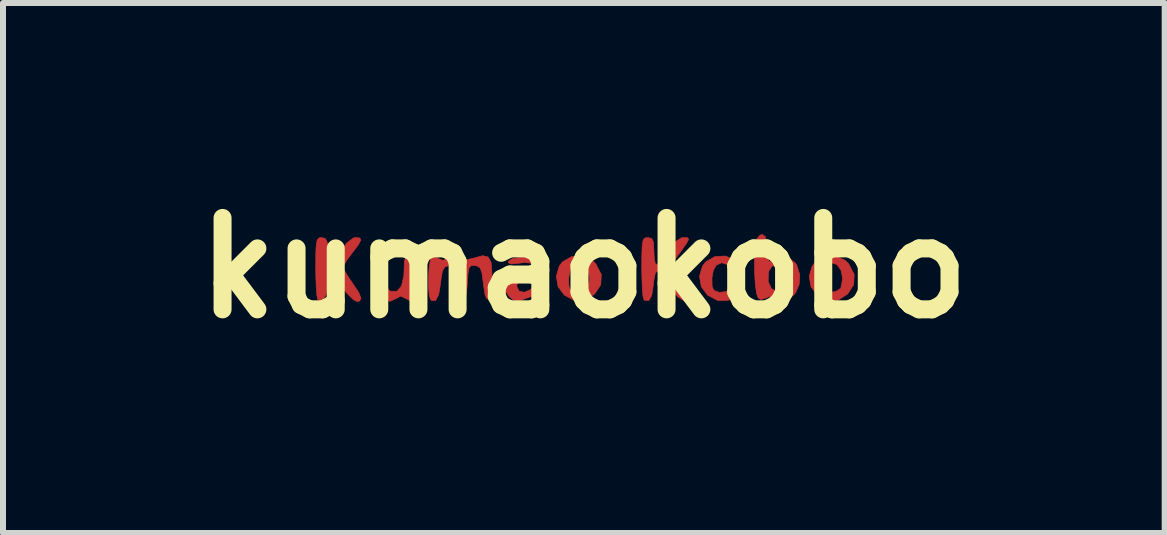
<source format=kicad_pcb>
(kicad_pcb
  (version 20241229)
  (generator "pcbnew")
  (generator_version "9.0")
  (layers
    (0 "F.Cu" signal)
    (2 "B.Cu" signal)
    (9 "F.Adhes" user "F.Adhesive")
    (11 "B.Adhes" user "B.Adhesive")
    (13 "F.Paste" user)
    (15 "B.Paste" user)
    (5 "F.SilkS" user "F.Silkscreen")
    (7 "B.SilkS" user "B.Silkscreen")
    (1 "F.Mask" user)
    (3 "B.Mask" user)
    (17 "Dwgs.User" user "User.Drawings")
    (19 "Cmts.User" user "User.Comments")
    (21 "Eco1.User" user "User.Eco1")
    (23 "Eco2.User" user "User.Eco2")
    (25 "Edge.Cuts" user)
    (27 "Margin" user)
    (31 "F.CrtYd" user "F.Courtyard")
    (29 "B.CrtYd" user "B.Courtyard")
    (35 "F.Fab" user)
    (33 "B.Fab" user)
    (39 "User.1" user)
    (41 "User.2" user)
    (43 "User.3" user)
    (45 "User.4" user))
  (footprint "kumaokobo"
    (layer "F.Cu")
    (at 6.684 1.418)
    (property "Reference" "kumaokobo" (at 0 0 0) (layer "F.SilkS") (effects (font (size 1.524 1.524) (thickness 0.3))))
    (attr smd)
    (fp_poly (pts (xy 0.136 -0.131) (xy 0.2 -0.069) (xy 0.291 0.109) (xy 0.282 0.281) (xy 0.18 0.434) (xy 0.018 0.539) (xy -0.154 0.543) (xy -0.323 0.454) (xy -0.43 0.312) (xy -0.453 0.172) (xy -0.253 0.172) (xy -0.249 0.302) (xy -0.22 0.373) (xy -0.13 0.407) (xy -0.017 0.393) (xy 0.064 0.34) (xy 0.071 0.326) (xy 0.098 0.173) (xy 0.072 0.039) (xy 0.005 -0.055) (xy -0.088 -0.088) (xy -0.181 -0.048) (xy -0.228 0.039) (xy -0.253 0.172) (xy -0.453 0.172) (xy -0.459 0.138) (xy -0.41 -0.031) (xy -0.356 -0.102) (xy -0.202 -0.191) (xy -0.026 -0.2) (xy 0.136 -0.131)) (stroke (width 0.01) (type solid)) (fill yes) (layer "F.Cu"))
    (fp_poly (pts (xy 2.524 -0.131) (xy 2.587 -0.069) (xy 2.679 0.109) (xy 2.67 0.281) (xy 2.568 0.434) (xy 2.406 0.539) (xy 2.234 0.543) (xy 2.064 0.454) (xy 1.958 0.312) (xy 1.934 0.172) (xy 2.135 0.172) (xy 2.139 0.302) (xy 2.167 0.373) (xy 2.258 0.407) (xy 2.371 0.393) (xy 2.451 0.34) (xy 2.458 0.326) (xy 2.486 0.173) (xy 2.459 0.039) (xy 2.393 -0.055) (xy 2.3 -0.088) (xy 2.207 -0.048) (xy 2.159 0.039) (xy 2.135 0.172) (xy 1.934 0.172) (xy 1.928 0.138) (xy 1.978 -0.031) (xy 2.032 -0.102) (xy 2.185 -0.191) (xy 2.362 -0.2) (xy 2.524 -0.131)) (stroke (width 0.01) (type solid)) (fill yes) (layer "F.Cu"))
    (fp_poly (pts (xy 4.352 -0.131) (xy 4.416 -0.069) (xy 4.508 0.109) (xy 4.498 0.281) (xy 4.397 0.434) (xy 4.235 0.539) (xy 4.063 0.543) (xy 3.893 0.454) (xy 3.787 0.312) (xy 3.763 0.172) (xy 3.964 0.172) (xy 3.968 0.302) (xy 3.996 0.373) (xy 4.087 0.407) (xy 4.2 0.393) (xy 4.28 0.34) (xy 4.287 0.326) (xy 4.315 0.173) (xy 4.288 0.039) (xy 4.221 -0.055) (xy 4.129 -0.088) (xy 4.035 -0.048) (xy 3.988 0.039) (xy 3.964 0.172) (xy 3.763 0.172) (xy 3.757 0.138) (xy 3.807 -0.031) (xy 3.861 -0.102) (xy 4.014 -0.191) (xy 4.19 -0.2) (xy 4.352 -0.131)) (stroke (width 0.01) (type solid)) (fill yes) (layer "F.Cu"))
    (fp_poly (pts (xy -2.908 -0.194) (xy -2.857 -0.164) (xy -2.826 -0.086) (xy -2.809 0.064) (xy -2.804 0.148) (xy -2.805 0.376) (xy -2.836 0.509) (xy -2.897 0.547) (xy -2.972 0.508) (xy -3.054 0.468) (xy -3.111 0.5) (xy -3.229 0.555) (xy -3.363 0.525) (xy -3.428 0.477) (xy -3.478 0.377) (xy -3.501 0.229) (xy -3.498 0.066) (xy -3.472 -0.08) (xy -3.423 -0.175) (xy -3.391 -0.194) (xy -3.34 -0.19) (xy -3.313 -0.137) (xy -3.303 -0.016) (xy -3.302 0.074) (xy -3.293 0.257) (xy -3.262 0.358) (xy -3.225 0.388) (xy -3.116 0.388) (xy -3.039 0.298) (xy -3.001 0.128) (xy -2.997 0.041) (xy -2.992 -0.11) (xy -2.97 -0.181) (xy -2.923 -0.196) (xy -2.908 -0.194)) (stroke (width 0.01) (type solid)) (fill yes) (layer "F.Cu"))
    (fp_poly (pts (xy -3.734 -0.5) (xy -3.718 -0.464) (xy -3.761 -0.385) (xy -3.861 -0.254) (xy -3.95 -0.132) (xy -4.005 -0.039) (xy -4.013 -0.013) (xy -3.985 0.053) (xy -3.915 0.168) (xy -3.861 0.246) (xy -3.753 0.408) (xy -3.714 0.506) (xy -3.74 0.552) (xy -3.785 0.559) (xy -3.852 0.52) (xy -3.952 0.419) (xy -4.051 0.293) (xy -4.242 0.027) (xy -4.267 0.276) (xy -4.3 0.453) (xy -4.352 0.543) (xy -4.419 0.54) (xy -4.435 0.526) (xy -4.45 0.463) (xy -4.462 0.323) (xy -4.469 0.128) (xy -4.47 -0.008) (xy -4.469 -0.238) (xy -4.462 -0.384) (xy -4.446 -0.465) (xy -4.417 -0.5) (xy -4.372 -0.508) (xy -4.309 -0.491) (xy -4.275 -0.422) (xy -4.258 -0.278) (xy -4.257 -0.267) (xy -4.242 -0.025) (xy -4.074 -0.267) (xy -3.951 -0.418) (xy -3.846 -0.499) (xy -3.808 -0.508) (xy -3.734 -0.5)) (stroke (width 0.01) (type solid)) (fill yes) (layer "F.Cu"))
    (fp_poly (pts (xy -0.831 -0.17) (xy -0.741 -0.138) (xy -0.685 -0.069) (xy -0.675 -0.051) (xy -0.634 0.078) (xy -0.614 0.238) (xy -0.616 0.392) (xy -0.64 0.504) (xy -0.663 0.535) (xy -0.742 0.535) (xy -0.786 0.509) (xy -0.88 0.477) (xy -0.959 0.504) (xy -1.085 0.554) (xy -1.18 0.531) (xy -1.241 0.479) (xy -1.306 0.387) (xy -1.321 0.334) (xy -1.307 0.305) (xy -1.118 0.305) (xy -1.08 0.385) (xy -0.993 0.406) (xy -0.891 0.361) (xy -0.874 0.345) (xy -0.817 0.262) (xy -0.853 0.216) (xy -0.965 0.203) (xy -1.077 0.219) (xy -1.116 0.279) (xy -1.118 0.305) (xy -1.307 0.305) (xy -1.275 0.235) (xy -1.157 0.144) (xy -0.994 0.081) (xy -0.981 0.078) (xy -0.869 0.039) (xy -0.844 -0.019) (xy -0.849 -0.034) (xy -0.895 -0.083) (xy -0.996 -0.091) (xy -1.079 -0.08) (xy -1.21 -0.067) (xy -1.259 -0.087) (xy -1.258 -0.113) (xy -1.193 -0.156) (xy -1.043 -0.177) (xy -0.988 -0.178) (xy -0.831 -0.17)) (stroke (width 0.01) (type solid)) (fill yes) (layer "F.Cu"))
    (fp_poly (pts (xy 1.13 -0.493) (xy 1.16 -0.431) (xy 1.168 -0.296) (xy 1.168 -0.279) (xy 1.176 -0.143) (xy 1.195 -0.062) (xy 1.206 -0.052) (xy 1.254 -0.091) (xy 1.334 -0.191) (xy 1.397 -0.28) (xy 1.519 -0.434) (xy 1.626 -0.502) (xy 1.668 -0.508) (xy 1.73 -0.504) (xy 1.746 -0.478) (xy 1.713 -0.412) (xy 1.625 -0.288) (xy 1.6 -0.254) (xy 1.414 0) (xy 1.602 0.256) (xy 1.696 0.393) (xy 1.753 0.497) (xy 1.763 0.54) (xy 1.685 0.554) (xy 1.578 0.49) (xy 1.46 0.359) (xy 1.405 0.28) (xy 1.317 0.152) (xy 1.245 0.068) (xy 1.217 0.051) (xy 1.189 0.096) (xy 1.166 0.212) (xy 1.158 0.288) (xy 1.132 0.457) (xy 1.083 0.544) (xy 1.017 0.54) (xy 1 0.526) (xy 0.985 0.463) (xy 0.974 0.323) (xy 0.967 0.128) (xy 0.965 -0.008) (xy 0.967 -0.237) (xy 0.973 -0.383) (xy 0.989 -0.465) (xy 1.018 -0.5) (xy 1.064 -0.508) (xy 1.067 -0.508) (xy 1.13 -0.493)) (stroke (width 0.01) (type solid)) (fill yes) (layer "F.Cu"))
    (fp_poly (pts (xy 3.025 -0.522) (xy 3.046 -0.402) (xy 3.048 -0.33) (xy 3.058 -0.172) (xy 3.092 -0.108) (xy 3.155 -0.13) (xy 3.184 -0.157) (xy 3.29 -0.199) (xy 3.416 -0.171) (xy 3.526 -0.083) (xy 3.549 -0.048) (xy 3.601 0.115) (xy 3.589 0.277) (xy 3.528 0.418) (xy 3.43 0.516) (xy 3.308 0.552) (xy 3.193 0.515) (xy 3.083 0.479) (xy 3.028 0.504) (xy 2.947 0.526) (xy 2.905 0.497) (xy 2.879 0.422) (xy 2.859 0.275) (xy 2.856 0.228) (xy 3.073 0.228) (xy 3.128 0.344) (xy 3.228 0.398) (xy 3.267 0.397) (xy 3.34 0.369) (xy 3.372 0.296) (xy 3.378 0.178) (xy 3.371 0.045) (xy 3.335 -0.017) (xy 3.252 -0.04) (xy 3.245 -0.041) (xy 3.139 -0.032) (xy 3.086 0.047) (xy 3.078 0.074) (xy 3.073 0.228) (xy 2.856 0.228) (xy 2.847 0.086) (xy 2.844 -0.116) (xy 2.849 -0.301) (xy 2.865 -0.439) (xy 2.876 -0.478) (xy 2.939 -0.549) (xy 2.977 -0.559) (xy 3.025 -0.522)) (stroke (width 0.01) (type solid)) (fill yes) (layer "F.Cu"))
    (fp_poly (pts (xy -1.594 -0.183) (xy -1.545 -0.088) (xy -1.532 0.09) (xy -1.534 0.19) (xy -1.552 0.391) (xy -1.581 0.502) (xy -1.615 0.52) (xy -1.648 0.442) (xy -1.675 0.267) (xy -1.676 0.254) (xy -1.697 0.09) (xy -1.728 0.002) (xy -1.782 -0.035) (xy -1.813 -0.041) (xy -1.877 -0.041) (xy -1.912 -0.004) (xy -1.931 0.094) (xy -1.94 0.238) (xy -1.957 0.415) (xy -1.986 0.508) (xy -2.032 0.533) (xy -2.079 0.505) (xy -2.108 0.41) (xy -2.124 0.238) (xy -2.135 0.073) (xy -2.156 -0.014) (xy -2.196 -0.043) (xy -2.251 -0.041) (xy -2.317 -0.017) (xy -2.357 0.047) (xy -2.38 0.178) (xy -2.388 0.25) (xy -2.419 0.44) (xy -2.469 0.539) (xy -2.533 0.544) (xy -2.556 0.526) (xy -2.578 0.454) (xy -2.589 0.318) (xy -2.589 0.153) (xy -2.579 -0.008) (xy -2.56 -0.131) (xy -2.538 -0.179) (xy -2.459 -0.179) (xy -2.415 -0.154) (xy -2.341 -0.125) (xy -2.313 -0.15) (xy -2.239 -0.192) (xy -2.127 -0.201) (xy -2.031 -0.177) (xy -2.009 -0.157) (xy -1.945 -0.139) (xy -1.836 -0.165) (xy -1.688 -0.205) (xy -1.594 -0.183)) (stroke (width 0.01) (type solid)) (fill yes) (layer "F.Cu"))
    (fp_poly (pts (xy 0.136 -0.131) (xy 0.2 -0.069) (xy 0.291 0.109) (xy 0.282 0.281) (xy 0.18 0.434) (xy 0.018 0.539) (xy -0.154 0.543) (xy -0.323 0.454) (xy -0.43 0.312) (xy -0.453 0.172) (xy -0.253 0.172) (xy -0.249 0.302) (xy -0.22 0.373) (xy -0.13 0.407) (xy -0.017 0.393) (xy 0.064 0.34) (xy 0.071 0.326) (xy 0.098 0.173) (xy 0.072 0.039) (xy 0.005 -0.055) (xy -0.088 -0.088) (xy -0.181 -0.048) (xy -0.228 0.039) (xy -0.253 0.172) (xy -0.453 0.172) (xy -0.459 0.138) (xy -0.41 -0.031) (xy -0.356 -0.102) (xy -0.202 -0.191) (xy -0.026 -0.2) (xy 0.136 -0.131)) (stroke (width 0.01) (type solid)) (fill yes) (layer "F.Mask"))
    (fp_poly (pts (xy 2.524 -0.131) (xy 2.587 -0.069) (xy 2.679 0.109) (xy 2.67 0.281) (xy 2.568 0.434) (xy 2.406 0.539) (xy 2.234 0.543) (xy 2.064 0.454) (xy 1.958 0.312) (xy 1.934 0.172) (xy 2.135 0.172) (xy 2.139 0.302) (xy 2.167 0.373) (xy 2.258 0.407) (xy 2.371 0.393) (xy 2.451 0.34) (xy 2.458 0.326) (xy 2.486 0.173) (xy 2.459 0.039) (xy 2.393 -0.055) (xy 2.3 -0.088) (xy 2.207 -0.048) (xy 2.159 0.039) (xy 2.135 0.172) (xy 1.934 0.172) (xy 1.928 0.138) (xy 1.978 -0.031) (xy 2.032 -0.102) (xy 2.185 -0.191) (xy 2.362 -0.2) (xy 2.524 -0.131)) (stroke (width 0.01) (type solid)) (fill yes) (layer "F.Mask"))
    (fp_poly (pts (xy 4.352 -0.131) (xy 4.416 -0.069) (xy 4.508 0.109) (xy 4.498 0.281) (xy 4.397 0.434) (xy 4.235 0.539) (xy 4.063 0.543) (xy 3.893 0.454) (xy 3.787 0.312) (xy 3.763 0.172) (xy 3.964 0.172) (xy 3.968 0.302) (xy 3.996 0.373) (xy 4.087 0.407) (xy 4.2 0.393) (xy 4.28 0.34) (xy 4.287 0.326) (xy 4.315 0.173) (xy 4.288 0.039) (xy 4.221 -0.055) (xy 4.129 -0.088) (xy 4.035 -0.048) (xy 3.988 0.039) (xy 3.964 0.172) (xy 3.763 0.172) (xy 3.757 0.138) (xy 3.807 -0.031) (xy 3.861 -0.102) (xy 4.014 -0.191) (xy 4.19 -0.2) (xy 4.352 -0.131)) (stroke (width 0.01) (type solid)) (fill yes) (layer "F.Mask"))
    (fp_poly (pts (xy -2.908 -0.194) (xy -2.857 -0.164) (xy -2.826 -0.086) (xy -2.809 0.064) (xy -2.804 0.148) (xy -2.805 0.376) (xy -2.836 0.509) (xy -2.897 0.547) (xy -2.972 0.508) (xy -3.054 0.468) (xy -3.111 0.5) (xy -3.229 0.555) (xy -3.363 0.525) (xy -3.428 0.477) (xy -3.478 0.377) (xy -3.501 0.229) (xy -3.498 0.066) (xy -3.472 -0.08) (xy -3.423 -0.175) (xy -3.391 -0.194) (xy -3.34 -0.19) (xy -3.313 -0.137) (xy -3.303 -0.016) (xy -3.302 0.074) (xy -3.293 0.257) (xy -3.262 0.358) (xy -3.225 0.388) (xy -3.116 0.388) (xy -3.039 0.298) (xy -3.001 0.128) (xy -2.997 0.041) (xy -2.992 -0.11) (xy -2.97 -0.181) (xy -2.923 -0.196) (xy -2.908 -0.194)) (stroke (width 0.01) (type solid)) (fill yes) (layer "F.Mask"))
    (fp_poly (pts (xy -3.734 -0.5) (xy -3.718 -0.464) (xy -3.761 -0.385) (xy -3.861 -0.254) (xy -3.95 -0.132) (xy -4.005 -0.039) (xy -4.013 -0.013) (xy -3.985 0.053) (xy -3.915 0.168) (xy -3.861 0.246) (xy -3.753 0.408) (xy -3.714 0.506) (xy -3.74 0.552) (xy -3.785 0.559) (xy -3.852 0.52) (xy -3.952 0.419) (xy -4.051 0.293) (xy -4.242 0.027) (xy -4.267 0.276) (xy -4.3 0.453) (xy -4.352 0.543) (xy -4.419 0.54) (xy -4.435 0.526) (xy -4.45 0.463) (xy -4.462 0.323) (xy -4.469 0.128) (xy -4.47 -0.008) (xy -4.469 -0.238) (xy -4.462 -0.384) (xy -4.446 -0.465) (xy -4.417 -0.5) (xy -4.372 -0.508) (xy -4.309 -0.491) (xy -4.275 -0.422) (xy -4.258 -0.278) (xy -4.257 -0.267) (xy -4.242 -0.025) (xy -4.074 -0.267) (xy -3.951 -0.418) (xy -3.846 -0.499) (xy -3.808 -0.508) (xy -3.734 -0.5)) (stroke (width 0.01) (type solid)) (fill yes) (layer "F.Mask"))
    (fp_poly (pts (xy -0.831 -0.17) (xy -0.741 -0.138) (xy -0.685 -0.069) (xy -0.675 -0.051) (xy -0.634 0.078) (xy -0.614 0.238) (xy -0.616 0.392) (xy -0.64 0.504) (xy -0.663 0.535) (xy -0.742 0.535) (xy -0.786 0.509) (xy -0.88 0.477) (xy -0.959 0.504) (xy -1.085 0.554) (xy -1.18 0.531) (xy -1.241 0.479) (xy -1.306 0.387) (xy -1.321 0.334) (xy -1.307 0.305) (xy -1.118 0.305) (xy -1.08 0.385) (xy -0.993 0.406) (xy -0.891 0.361) (xy -0.874 0.345) (xy -0.817 0.262) (xy -0.853 0.216) (xy -0.965 0.203) (xy -1.077 0.219) (xy -1.116 0.279) (xy -1.118 0.305) (xy -1.307 0.305) (xy -1.275 0.235) (xy -1.157 0.144) (xy -0.994 0.081) (xy -0.981 0.078) (xy -0.869 0.039) (xy -0.844 -0.019) (xy -0.849 -0.034) (xy -0.895 -0.083) (xy -0.996 -0.091) (xy -1.079 -0.08) (xy -1.21 -0.067) (xy -1.259 -0.087) (xy -1.258 -0.113) (xy -1.193 -0.156) (xy -1.043 -0.177) (xy -0.988 -0.178) (xy -0.831 -0.17)) (stroke (width 0.01) (type solid)) (fill yes) (layer "F.Mask"))
    (fp_poly (pts (xy 1.13 -0.493) (xy 1.16 -0.431) (xy 1.168 -0.296) (xy 1.168 -0.279) (xy 1.176 -0.143) (xy 1.195 -0.062) (xy 1.206 -0.052) (xy 1.254 -0.091) (xy 1.334 -0.191) (xy 1.397 -0.28) (xy 1.519 -0.434) (xy 1.626 -0.502) (xy 1.668 -0.508) (xy 1.73 -0.504) (xy 1.746 -0.478) (xy 1.713 -0.412) (xy 1.625 -0.288) (xy 1.6 -0.254) (xy 1.414 0) (xy 1.602 0.256) (xy 1.696 0.393) (xy 1.753 0.497) (xy 1.763 0.54) (xy 1.685 0.554) (xy 1.578 0.49) (xy 1.46 0.359) (xy 1.405 0.28) (xy 1.317 0.152) (xy 1.245 0.068) (xy 1.217 0.051) (xy 1.189 0.096) (xy 1.166 0.212) (xy 1.158 0.288) (xy 1.132 0.457) (xy 1.083 0.544) (xy 1.017 0.54) (xy 1 0.526) (xy 0.985 0.463) (xy 0.974 0.323) (xy 0.967 0.128) (xy 0.965 -0.008) (xy 0.967 -0.237) (xy 0.973 -0.383) (xy 0.989 -0.465) (xy 1.018 -0.5) (xy 1.064 -0.508) (xy 1.067 -0.508) (xy 1.13 -0.493)) (stroke (width 0.01) (type solid)) (fill yes) (layer "F.Mask"))
    (fp_poly (pts (xy 3.025 -0.522) (xy 3.046 -0.402) (xy 3.048 -0.33) (xy 3.058 -0.172) (xy 3.092 -0.108) (xy 3.155 -0.13) (xy 3.184 -0.157) (xy 3.29 -0.199) (xy 3.416 -0.171) (xy 3.526 -0.083) (xy 3.549 -0.048) (xy 3.601 0.115) (xy 3.589 0.277) (xy 3.528 0.418) (xy 3.43 0.516) (xy 3.308 0.552) (xy 3.193 0.515) (xy 3.083 0.479) (xy 3.028 0.504) (xy 2.947 0.526) (xy 2.905 0.497) (xy 2.879 0.422) (xy 2.859 0.275) (xy 2.856 0.228) (xy 3.073 0.228) (xy 3.128 0.344) (xy 3.228 0.398) (xy 3.267 0.397) (xy 3.34 0.369) (xy 3.372 0.296) (xy 3.378 0.178) (xy 3.371 0.045) (xy 3.335 -0.017) (xy 3.252 -0.04) (xy 3.245 -0.041) (xy 3.139 -0.032) (xy 3.086 0.047) (xy 3.078 0.074) (xy 3.073 0.228) (xy 2.856 0.228) (xy 2.847 0.086) (xy 2.844 -0.116) (xy 2.849 -0.301) (xy 2.865 -0.439) (xy 2.876 -0.478) (xy 2.939 -0.549) (xy 2.977 -0.559) (xy 3.025 -0.522)) (stroke (width 0.01) (type solid)) (fill yes) (layer "F.Mask"))
    (fp_poly (pts (xy -1.594 -0.183) (xy -1.545 -0.088) (xy -1.532 0.09) (xy -1.534 0.19) (xy -1.552 0.391) (xy -1.581 0.502) (xy -1.615 0.52) (xy -1.648 0.442) (xy -1.675 0.267) (xy -1.676 0.254) (xy -1.697 0.09) (xy -1.728 0.002) (xy -1.782 -0.035) (xy -1.813 -0.041) (xy -1.877 -0.041) (xy -1.912 -0.004) (xy -1.931 0.094) (xy -1.94 0.238) (xy -1.957 0.415) (xy -1.986 0.508) (xy -2.032 0.533) (xy -2.079 0.505) (xy -2.108 0.41) (xy -2.124 0.238) (xy -2.135 0.073) (xy -2.156 -0.014) (xy -2.196 -0.043) (xy -2.251 -0.041) (xy -2.317 -0.017) (xy -2.357 0.047) (xy -2.38 0.178) (xy -2.388 0.25) (xy -2.419 0.44) (xy -2.469 0.539) (xy -2.533 0.544) (xy -2.556 0.526) (xy -2.578 0.454) (xy -2.589 0.318) (xy -2.589 0.153) (xy -2.579 -0.008) (xy -2.56 -0.131) (xy -2.538 -0.179) (xy -2.459 -0.179) (xy -2.415 -0.154) (xy -2.341 -0.125) (xy -2.313 -0.15) (xy -2.239 -0.192) (xy -2.127 -0.201) (xy -2.031 -0.177) (xy -2.009 -0.157) (xy -1.945 -0.139) (xy -1.836 -0.165) (xy -1.688 -0.205) (xy -1.594 -0.183)) (stroke (width 0.01) (type solid)) (fill yes) (layer "F.Mask"))
    (fp_poly (pts (xy 0.136 -0.131) (xy 0.2 -0.069) (xy 0.291 0.109) (xy 0.282 0.281) (xy 0.18 0.434) (xy 0.018 0.539) (xy -0.154 0.543) (xy -0.323 0.454) (xy -0.43 0.312) (xy -0.453 0.172) (xy -0.253 0.172) (xy -0.249 0.302) (xy -0.22 0.373) (xy -0.13 0.407) (xy -0.017 0.393) (xy 0.064 0.34) (xy 0.071 0.326) (xy 0.098 0.173) (xy 0.072 0.039) (xy 0.005 -0.055) (xy -0.088 -0.088) (xy -0.181 -0.048) (xy -0.228 0.039) (xy -0.253 0.172) (xy -0.453 0.172) (xy -0.459 0.138) (xy -0.41 -0.031) (xy -0.356 -0.102) (xy -0.202 -0.191) (xy -0.026 -0.2) (xy 0.136 -0.131)) (stroke (width 0.01) (type solid)) (fill yes) (layer "F.Paste"))
    (fp_poly (pts (xy 2.524 -0.131) (xy 2.587 -0.069) (xy 2.679 0.109) (xy 2.67 0.281) (xy 2.568 0.434) (xy 2.406 0.539) (xy 2.234 0.543) (xy 2.064 0.454) (xy 1.958 0.312) (xy 1.934 0.172) (xy 2.135 0.172) (xy 2.139 0.302) (xy 2.167 0.373) (xy 2.258 0.407) (xy 2.371 0.393) (xy 2.451 0.34) (xy 2.458 0.326) (xy 2.486 0.173) (xy 2.459 0.039) (xy 2.393 -0.055) (xy 2.3 -0.088) (xy 2.207 -0.048) (xy 2.159 0.039) (xy 2.135 0.172) (xy 1.934 0.172) (xy 1.928 0.138) (xy 1.978 -0.031) (xy 2.032 -0.102) (xy 2.185 -0.191) (xy 2.362 -0.2) (xy 2.524 -0.131)) (stroke (width 0.01) (type solid)) (fill yes) (layer "F.Paste"))
    (fp_poly (pts (xy 4.352 -0.131) (xy 4.416 -0.069) (xy 4.508 0.109) (xy 4.498 0.281) (xy 4.397 0.434) (xy 4.235 0.539) (xy 4.063 0.543) (xy 3.893 0.454) (xy 3.787 0.312) (xy 3.763 0.172) (xy 3.964 0.172) (xy 3.968 0.302) (xy 3.996 0.373) (xy 4.087 0.407) (xy 4.2 0.393) (xy 4.28 0.34) (xy 4.287 0.326) (xy 4.315 0.173) (xy 4.288 0.039) (xy 4.221 -0.055) (xy 4.129 -0.088) (xy 4.035 -0.048) (xy 3.988 0.039) (xy 3.964 0.172) (xy 3.763 0.172) (xy 3.757 0.138) (xy 3.807 -0.031) (xy 3.861 -0.102) (xy 4.014 -0.191) (xy 4.19 -0.2) (xy 4.352 -0.131)) (stroke (width 0.01) (type solid)) (fill yes) (layer "F.Paste"))
    (fp_poly (pts (xy -2.908 -0.194) (xy -2.857 -0.164) (xy -2.826 -0.086) (xy -2.809 0.064) (xy -2.804 0.148) (xy -2.805 0.376) (xy -2.836 0.509) (xy -2.897 0.547) (xy -2.972 0.508) (xy -3.054 0.468) (xy -3.111 0.5) (xy -3.229 0.555) (xy -3.363 0.525) (xy -3.428 0.477) (xy -3.478 0.377) (xy -3.501 0.229) (xy -3.498 0.066) (xy -3.472 -0.08) (xy -3.423 -0.175) (xy -3.391 -0.194) (xy -3.34 -0.19) (xy -3.313 -0.137) (xy -3.303 -0.016) (xy -3.302 0.074) (xy -3.293 0.257) (xy -3.262 0.358) (xy -3.225 0.388) (xy -3.116 0.388) (xy -3.039 0.298) (xy -3.001 0.128) (xy -2.997 0.041) (xy -2.992 -0.11) (xy -2.97 -0.181) (xy -2.923 -0.196) (xy -2.908 -0.194)) (stroke (width 0.01) (type solid)) (fill yes) (layer "F.Paste"))
    (fp_poly (pts (xy -3.734 -0.5) (xy -3.718 -0.464) (xy -3.761 -0.385) (xy -3.861 -0.254) (xy -3.95 -0.132) (xy -4.005 -0.039) (xy -4.013 -0.013) (xy -3.985 0.053) (xy -3.915 0.168) (xy -3.861 0.246) (xy -3.753 0.408) (xy -3.714 0.506) (xy -3.74 0.552) (xy -3.785 0.559) (xy -3.852 0.52) (xy -3.952 0.419) (xy -4.051 0.293) (xy -4.242 0.027) (xy -4.267 0.276) (xy -4.3 0.453) (xy -4.352 0.543) (xy -4.419 0.54) (xy -4.435 0.526) (xy -4.45 0.463) (xy -4.462 0.323) (xy -4.469 0.128) (xy -4.47 -0.008) (xy -4.469 -0.238) (xy -4.462 -0.384) (xy -4.446 -0.465) (xy -4.417 -0.5) (xy -4.372 -0.508) (xy -4.309 -0.491) (xy -4.275 -0.422) (xy -4.258 -0.278) (xy -4.257 -0.267) (xy -4.242 -0.025) (xy -4.074 -0.267) (xy -3.951 -0.418) (xy -3.846 -0.499) (xy -3.808 -0.508) (xy -3.734 -0.5)) (stroke (width 0.01) (type solid)) (fill yes) (layer "F.Paste"))
    (fp_poly (pts (xy -0.831 -0.17) (xy -0.741 -0.138) (xy -0.685 -0.069) (xy -0.675 -0.051) (xy -0.634 0.078) (xy -0.614 0.238) (xy -0.616 0.392) (xy -0.64 0.504) (xy -0.663 0.535) (xy -0.742 0.535) (xy -0.786 0.509) (xy -0.88 0.477) (xy -0.959 0.504) (xy -1.085 0.554) (xy -1.18 0.531) (xy -1.241 0.479) (xy -1.306 0.387) (xy -1.321 0.334) (xy -1.307 0.305) (xy -1.118 0.305) (xy -1.08 0.385) (xy -0.993 0.406) (xy -0.891 0.361) (xy -0.874 0.345) (xy -0.817 0.262) (xy -0.853 0.216) (xy -0.965 0.203) (xy -1.077 0.219) (xy -1.116 0.279) (xy -1.118 0.305) (xy -1.307 0.305) (xy -1.275 0.235) (xy -1.157 0.144) (xy -0.994 0.081) (xy -0.981 0.078) (xy -0.869 0.039) (xy -0.844 -0.019) (xy -0.849 -0.034) (xy -0.895 -0.083) (xy -0.996 -0.091) (xy -1.079 -0.08) (xy -1.21 -0.067) (xy -1.259 -0.087) (xy -1.258 -0.113) (xy -1.193 -0.156) (xy -1.043 -0.177) (xy -0.988 -0.178) (xy -0.831 -0.17)) (stroke (width 0.01) (type solid)) (fill yes) (layer "F.Paste"))
    (fp_poly (pts (xy 1.13 -0.493) (xy 1.16 -0.431) (xy 1.168 -0.296) (xy 1.168 -0.279) (xy 1.176 -0.143) (xy 1.195 -0.062) (xy 1.206 -0.052) (xy 1.254 -0.091) (xy 1.334 -0.191) (xy 1.397 -0.28) (xy 1.519 -0.434) (xy 1.626 -0.502) (xy 1.668 -0.508) (xy 1.73 -0.504) (xy 1.746 -0.478) (xy 1.713 -0.412) (xy 1.625 -0.288) (xy 1.6 -0.254) (xy 1.414 0) (xy 1.602 0.256) (xy 1.696 0.393) (xy 1.753 0.497) (xy 1.763 0.54) (xy 1.685 0.554) (xy 1.578 0.49) (xy 1.46 0.359) (xy 1.405 0.28) (xy 1.317 0.152) (xy 1.245 0.068) (xy 1.217 0.051) (xy 1.189 0.096) (xy 1.166 0.212) (xy 1.158 0.288) (xy 1.132 0.457) (xy 1.083 0.544) (xy 1.017 0.54) (xy 1 0.526) (xy 0.985 0.463) (xy 0.974 0.323) (xy 0.967 0.128) (xy 0.965 -0.008) (xy 0.967 -0.237) (xy 0.973 -0.383) (xy 0.989 -0.465) (xy 1.018 -0.5) (xy 1.064 -0.508) (xy 1.067 -0.508) (xy 1.13 -0.493)) (stroke (width 0.01) (type solid)) (fill yes) (layer "F.Paste"))
    (fp_poly (pts (xy 3.025 -0.522) (xy 3.046 -0.402) (xy 3.048 -0.33) (xy 3.058 -0.172) (xy 3.092 -0.108) (xy 3.155 -0.13) (xy 3.184 -0.157) (xy 3.29 -0.199) (xy 3.416 -0.171) (xy 3.526 -0.083) (xy 3.549 -0.048) (xy 3.601 0.115) (xy 3.589 0.277) (xy 3.528 0.418) (xy 3.43 0.516) (xy 3.308 0.552) (xy 3.193 0.515) (xy 3.083 0.479) (xy 3.028 0.504) (xy 2.947 0.526) (xy 2.905 0.497) (xy 2.879 0.422) (xy 2.859 0.275) (xy 2.856 0.228) (xy 3.073 0.228) (xy 3.128 0.344) (xy 3.228 0.398) (xy 3.267 0.397) (xy 3.34 0.369) (xy 3.372 0.296) (xy 3.378 0.178) (xy 3.371 0.045) (xy 3.335 -0.017) (xy 3.252 -0.04) (xy 3.245 -0.041) (xy 3.139 -0.032) (xy 3.086 0.047) (xy 3.078 0.074) (xy 3.073 0.228) (xy 2.856 0.228) (xy 2.847 0.086) (xy 2.844 -0.116) (xy 2.849 -0.301) (xy 2.865 -0.439) (xy 2.876 -0.478) (xy 2.939 -0.549) (xy 2.977 -0.559) (xy 3.025 -0.522)) (stroke (width 0.01) (type solid)) (fill yes) (layer "F.Paste"))
    (fp_poly (pts (xy -1.594 -0.183) (xy -1.545 -0.088) (xy -1.532 0.09) (xy -1.534 0.19) (xy -1.552 0.391) (xy -1.581 0.502) (xy -1.615 0.52) (xy -1.648 0.442) (xy -1.675 0.267) (xy -1.676 0.254) (xy -1.697 0.09) (xy -1.728 0.002) (xy -1.782 -0.035) (xy -1.813 -0.041) (xy -1.877 -0.041) (xy -1.912 -0.004) (xy -1.931 0.094) (xy -1.94 0.238) (xy -1.957 0.415) (xy -1.986 0.508) (xy -2.032 0.533) (xy -2.079 0.505) (xy -2.108 0.41) (xy -2.124 0.238) (xy -2.135 0.073) (xy -2.156 -0.014) (xy -2.196 -0.043) (xy -2.251 -0.041) (xy -2.317 -0.017) (xy -2.357 0.047) (xy -2.38 0.178) (xy -2.388 0.25) (xy -2.419 0.44) (xy -2.469 0.539) (xy -2.533 0.544) (xy -2.556 0.526) (xy -2.578 0.454) (xy -2.589 0.318) (xy -2.589 0.153) (xy -2.579 -0.008) (xy -2.56 -0.131) (xy -2.538 -0.179) (xy -2.459 -0.179) (xy -2.415 -0.154) (xy -2.341 -0.125) (xy -2.313 -0.15) (xy -2.239 -0.192) (xy -2.127 -0.201) (xy -2.031 -0.177) (xy -2.009 -0.157) (xy -1.945 -0.139) (xy -1.836 -0.165) (xy -1.688 -0.205) (xy -1.594 -0.183)) (stroke (width 0.01) (type solid)) (fill yes) (layer "F.Paste")))
  (gr_rect
    (start -3 -3)
    (end 16.368 5.836)
    (stroke (width 0.1) (type default))
    (fill no)
    (layer "Edge.Cuts")))
</source>
